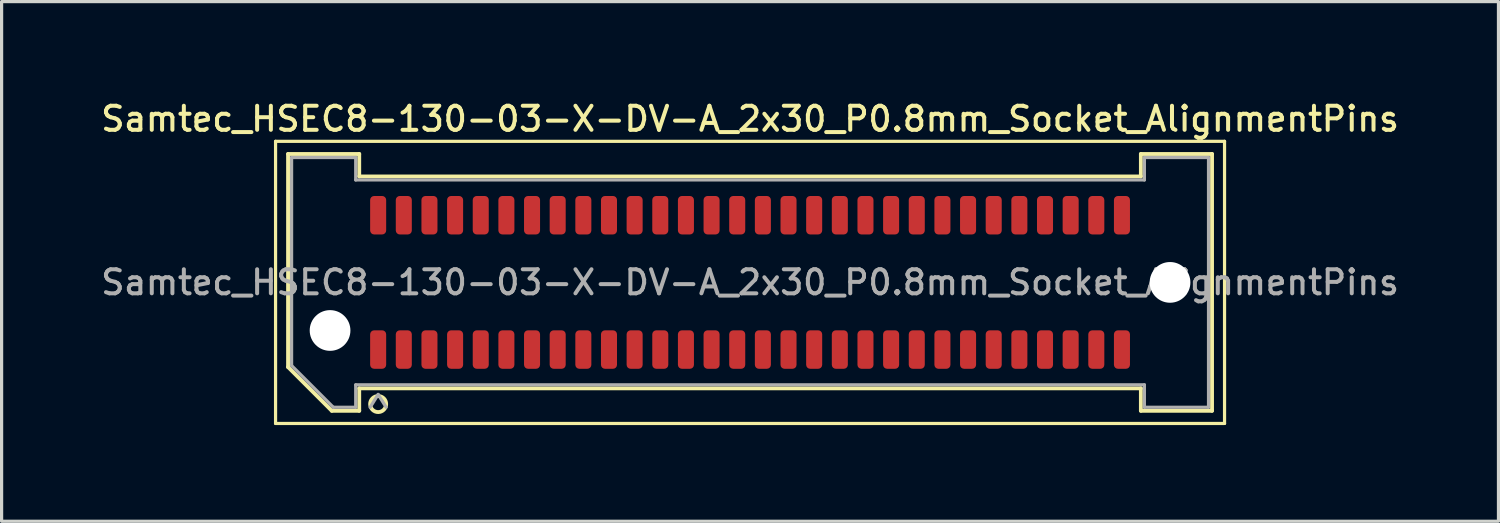
<source format=kicad_pcb>
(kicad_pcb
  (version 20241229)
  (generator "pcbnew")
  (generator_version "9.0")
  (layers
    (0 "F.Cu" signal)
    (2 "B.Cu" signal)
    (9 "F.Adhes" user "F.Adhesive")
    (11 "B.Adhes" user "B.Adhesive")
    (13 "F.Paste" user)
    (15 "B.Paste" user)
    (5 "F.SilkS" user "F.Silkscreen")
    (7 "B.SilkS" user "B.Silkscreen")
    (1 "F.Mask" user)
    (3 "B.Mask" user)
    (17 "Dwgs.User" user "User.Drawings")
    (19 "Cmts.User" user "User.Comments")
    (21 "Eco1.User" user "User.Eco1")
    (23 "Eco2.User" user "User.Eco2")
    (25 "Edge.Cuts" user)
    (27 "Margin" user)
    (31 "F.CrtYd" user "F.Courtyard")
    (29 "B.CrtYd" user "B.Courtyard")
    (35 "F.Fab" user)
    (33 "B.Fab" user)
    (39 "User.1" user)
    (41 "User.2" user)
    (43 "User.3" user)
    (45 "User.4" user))
  (footprint "Samtec_HSEC8-130-03-X-DV-A_2x30_P0.8mm_Socket_AlignmentPins"
    (layer "F.Cu")
    (at 20.345 5.758)
    (property "Reference" "Samtec_HSEC8-130-03-X-DV-A_2x30_P0.8mm_Socket_AlignmentPins" (at 0 -5.1 0) (layer "F.SilkS") (effects (font (size 0.75 0.75) (thickness 0.125))))
    (attr smd)
    (fp_line (start -14.8 -4.4) (end -14.8 4.4) (stroke (width 0.1) (type solid)) (layer "F.SilkS"))
    (fp_line (start -14.8 4.4) (end 14.8 4.4) (stroke (width 0.1) (type solid)) (layer "F.SilkS"))
    (fp_line (start -14.41 -4.005) (end -12.19 -4.005) (stroke (width 0.12) (type solid)) (layer "F.SilkS"))
    (fp_line (start -14.41 2.641) (end -14.41 -4.005) (stroke (width 0.12) (type solid)) (layer "F.SilkS"))
    (fp_line (start -13.046 4.005) (end -14.41 2.641) (stroke (width 0.12) (type solid)) (layer "F.SilkS"))
    (fp_line (start -12.19 -4.005) (end -12.19 -3.305) (stroke (width 0.12) (type solid)) (layer "F.SilkS"))
    (fp_line (start -12.19 -3.305) (end 12.19 -3.305) (stroke (width 0.12) (type solid)) (layer "F.SilkS"))
    (fp_line (start -12.19 3.305) (end -12.19 4.005) (stroke (width 0.12) (type solid)) (layer "F.SilkS"))
    (fp_line (start -12.19 4.005) (end -13.046 4.005) (stroke (width 0.12) (type solid)) (layer "F.SilkS"))
    (fp_line (start 12.19 -4.005) (end 14.41 -4.005) (stroke (width 0.12) (type solid)) (layer "F.SilkS"))
    (fp_line (start 12.19 -3.305) (end 12.19 -4.005) (stroke (width 0.12) (type solid)) (layer "F.SilkS"))
    (fp_line (start 12.19 3.305) (end -12.19 3.305) (stroke (width 0.12) (type solid)) (layer "F.SilkS"))
    (fp_line (start 12.19 4.005) (end 12.19 3.305) (stroke (width 0.12) (type solid)) (layer "F.SilkS"))
    (fp_line (start 14.41 -4.005) (end 14.41 4.005) (stroke (width 0.12) (type solid)) (layer "F.SilkS"))
    (fp_line (start 14.41 4.005) (end 12.19 4.005) (stroke (width 0.12) (type solid)) (layer "F.SilkS"))
    (fp_line (start 14.8 -4.4) (end -14.8 -4.4) (stroke (width 0.1) (type solid)) (layer "F.SilkS"))
    (fp_line (start 14.8 4.4) (end 14.8 -4.4) (stroke (width 0.1) (type solid)) (layer "F.SilkS"))
    (fp_arc (start -11.35 3.795) (mid -11.85 3.795) (end -11.35 3.795) (stroke (width 0.12) (type solid)) (layer "F.SilkS"))
    (fp_line (start -14.3 -3.895) (end -12.3 -3.895) (stroke (width 0.1) (type solid)) (layer "F.Fab"))
    (fp_line (start -14.3 2.595) (end -14.3 -3.895) (stroke (width 0.1) (type solid)) (layer "F.Fab"))
    (fp_line (start -13 3.895) (end -14.3 2.595) (stroke (width 0.1) (type solid)) (layer "F.Fab"))
    (fp_line (start -12.3 -3.895) (end -12.3 -3.195) (stroke (width 0.1) (type solid)) (layer "F.Fab"))
    (fp_line (start -12.3 -3.195) (end 12.3 -3.195) (stroke (width 0.1) (type solid)) (layer "F.Fab"))
    (fp_line (start -12.3 3.195) (end -12.3 3.895) (stroke (width 0.1) (type solid)) (layer "F.Fab"))
    (fp_line (start -12.3 3.895) (end -13 3.895) (stroke (width 0.1) (type solid)) (layer "F.Fab"))
    (fp_line (start -11.6 3.495) (end -11.85 3.895) (stroke (width 0.1) (type solid)) (layer "F.Fab"))
    (fp_line (start -11.6 3.495) (end -11.35 3.895) (stroke (width 0.1) (type solid)) (layer "F.Fab"))
    (fp_line (start 12.3 -3.895) (end 14.3 -3.895) (stroke (width 0.1) (type solid)) (layer "F.Fab"))
    (fp_line (start 12.3 -3.195) (end 12.3 -3.895) (stroke (width 0.1) (type solid)) (layer "F.Fab"))
    (fp_line (start 12.3 3.195) (end -12.3 3.195) (stroke (width 0.1) (type solid)) (layer "F.Fab"))
    (fp_line (start 12.3 3.895) (end 12.3 3.195) (stroke (width 0.1) (type solid)) (layer "F.Fab"))
    (fp_line (start 14.3 -3.895) (end 14.3 3.895) (stroke (width 0.1) (type solid)) (layer "F.Fab"))
    (fp_line (start 14.3 3.895) (end 12.3 3.895) (stroke (width 0.1) (type solid)) (layer "F.Fab"))
    (fp_text user "${REFERENCE}" (at 0 0 0) (layer "F.Fab") (effects (font (size 0.75 0.75) (thickness 0.125))))
    (pad "" np_thru_hole circle (at -13.1 1.5) (size 1.27 1.27) (drill 1.27) (layers "*.Cu" "*.Mask"))
    (pad "" np_thru_hole circle (at 13.1 0) (size 1.27 1.27) (drill 1.27) (layers "*.Cu" "*.Mask"))
    (pad "1" smd roundrect (at -11.6 2.095) (size 0.5 1.2) (layers "F.Cu" "F.Mask" "F.Paste") (roundrect_rratio 0.25))
    (pad "2" smd roundrect (at -11.6 -2.095) (size 0.5 1.2) (layers "F.Cu" "F.Mask" "F.Paste") (roundrect_rratio 0.25))
    (pad "3" smd roundrect (at -10.8 2.095) (size 0.5 1.2) (layers "F.Cu" "F.Mask" "F.Paste") (roundrect_rratio 0.25))
    (pad "4" smd roundrect (at -10.8 -2.095) (size 0.5 1.2) (layers "F.Cu" "F.Mask" "F.Paste") (roundrect_rratio 0.25))
    (pad "5" smd roundrect (at -10 2.095) (size 0.5 1.2) (layers "F.Cu" "F.Mask" "F.Paste") (roundrect_rratio 0.25))
    (pad "6" smd roundrect (at -10 -2.095) (size 0.5 1.2) (layers "F.Cu" "F.Mask" "F.Paste") (roundrect_rratio 0.25))
    (pad "7" smd roundrect (at -9.2 2.095) (size 0.5 1.2) (layers "F.Cu" "F.Mask" "F.Paste") (roundrect_rratio 0.25))
    (pad "8" smd roundrect (at -9.2 -2.095) (size 0.5 1.2) (layers "F.Cu" "F.Mask" "F.Paste") (roundrect_rratio 0.25))
    (pad "9" smd roundrect (at -8.4 2.095) (size 0.5 1.2) (layers "F.Cu" "F.Mask" "F.Paste") (roundrect_rratio 0.25))
    (pad "10" smd roundrect (at -8.4 -2.095) (size 0.5 1.2) (layers "F.Cu" "F.Mask" "F.Paste") (roundrect_rratio 0.25))
    (pad "11" smd roundrect (at -7.6 2.095) (size 0.5 1.2) (layers "F.Cu" "F.Mask" "F.Paste") (roundrect_rratio 0.25))
    (pad "12" smd roundrect (at -7.6 -2.095) (size 0.5 1.2) (layers "F.Cu" "F.Mask" "F.Paste") (roundrect_rratio 0.25))
    (pad "13" smd roundrect (at -6.8 2.095) (size 0.5 1.2) (layers "F.Cu" "F.Mask" "F.Paste") (roundrect_rratio 0.25))
    (pad "14" smd roundrect (at -6.8 -2.095) (size 0.5 1.2) (layers "F.Cu" "F.Mask" "F.Paste") (roundrect_rratio 0.25))
    (pad "15" smd roundrect (at -6 2.095) (size 0.5 1.2) (layers "F.Cu" "F.Mask" "F.Paste") (roundrect_rratio 0.25))
    (pad "16" smd roundrect (at -6 -2.095) (size 0.5 1.2) (layers "F.Cu" "F.Mask" "F.Paste") (roundrect_rratio 0.25))
    (pad "17" smd roundrect (at -5.2 2.095) (size 0.5 1.2) (layers "F.Cu" "F.Mask" "F.Paste") (roundrect_rratio 0.25))
    (pad "18" smd roundrect (at -5.2 -2.095) (size 0.5 1.2) (layers "F.Cu" "F.Mask" "F.Paste") (roundrect_rratio 0.25))
    (pad "19" smd roundrect (at -4.4 2.095) (size 0.5 1.2) (layers "F.Cu" "F.Mask" "F.Paste") (roundrect_rratio 0.25))
    (pad "20" smd roundrect (at -4.4 -2.095) (size 0.5 1.2) (layers "F.Cu" "F.Mask" "F.Paste") (roundrect_rratio 0.25))
    (pad "21" smd roundrect (at -3.6 2.095) (size 0.5 1.2) (layers "F.Cu" "F.Mask" "F.Paste") (roundrect_rratio 0.25))
    (pad "22" smd roundrect (at -3.6 -2.095) (size 0.5 1.2) (layers "F.Cu" "F.Mask" "F.Paste") (roundrect_rratio 0.25))
    (pad "23" smd roundrect (at -2.8 2.095) (size 0.5 1.2) (layers "F.Cu" "F.Mask" "F.Paste") (roundrect_rratio 0.25))
    (pad "24" smd roundrect (at -2.8 -2.095) (size 0.5 1.2) (layers "F.Cu" "F.Mask" "F.Paste") (roundrect_rratio 0.25))
    (pad "25" smd roundrect (at -2 2.095) (size 0.5 1.2) (layers "F.Cu" "F.Mask" "F.Paste") (roundrect_rratio 0.25))
    (pad "26" smd roundrect (at -2 -2.095) (size 0.5 1.2) (layers "F.Cu" "F.Mask" "F.Paste") (roundrect_rratio 0.25))
    (pad "27" smd roundrect (at -1.2 2.095) (size 0.5 1.2) (layers "F.Cu" "F.Mask" "F.Paste") (roundrect_rratio 0.25))
    (pad "28" smd roundrect (at -1.2 -2.095) (size 0.5 1.2) (layers "F.Cu" "F.Mask" "F.Paste") (roundrect_rratio 0.25))
    (pad "29" smd roundrect (at -0.4 2.095) (size 0.5 1.2) (layers "F.Cu" "F.Mask" "F.Paste") (roundrect_rratio 0.25))
    (pad "30" smd roundrect (at -0.4 -2.095) (size 0.5 1.2) (layers "F.Cu" "F.Mask" "F.Paste") (roundrect_rratio 0.25))
    (pad "31" smd roundrect (at 0.4 2.095) (size 0.5 1.2) (layers "F.Cu" "F.Mask" "F.Paste") (roundrect_rratio 0.25))
    (pad "32" smd roundrect (at 0.4 -2.095) (size 0.5 1.2) (layers "F.Cu" "F.Mask" "F.Paste") (roundrect_rratio 0.25))
    (pad "33" smd roundrect (at 1.2 2.095) (size 0.5 1.2) (layers "F.Cu" "F.Mask" "F.Paste") (roundrect_rratio 0.25))
    (pad "34" smd roundrect (at 1.2 -2.095) (size 0.5 1.2) (layers "F.Cu" "F.Mask" "F.Paste") (roundrect_rratio 0.25))
    (pad "35" smd roundrect (at 2 2.095) (size 0.5 1.2) (layers "F.Cu" "F.Mask" "F.Paste") (roundrect_rratio 0.25))
    (pad "36" smd roundrect (at 2 -2.095) (size 0.5 1.2) (layers "F.Cu" "F.Mask" "F.Paste") (roundrect_rratio 0.25))
    (pad "37" smd roundrect (at 2.8 2.095) (size 0.5 1.2) (layers "F.Cu" "F.Mask" "F.Paste") (roundrect_rratio 0.25))
    (pad "38" smd roundrect (at 2.8 -2.095) (size 0.5 1.2) (layers "F.Cu" "F.Mask" "F.Paste") (roundrect_rratio 0.25))
    (pad "39" smd roundrect (at 3.6 2.095) (size 0.5 1.2) (layers "F.Cu" "F.Mask" "F.Paste") (roundrect_rratio 0.25))
    (pad "40" smd roundrect (at 3.6 -2.095) (size 0.5 1.2) (layers "F.Cu" "F.Mask" "F.Paste") (roundrect_rratio 0.25))
    (pad "41" smd roundrect (at 4.4 2.095) (size 0.5 1.2) (layers "F.Cu" "F.Mask" "F.Paste") (roundrect_rratio 0.25))
    (pad "42" smd roundrect (at 4.4 -2.095) (size 0.5 1.2) (layers "F.Cu" "F.Mask" "F.Paste") (roundrect_rratio 0.25))
    (pad "43" smd roundrect (at 5.2 2.095) (size 0.5 1.2) (layers "F.Cu" "F.Mask" "F.Paste") (roundrect_rratio 0.25))
    (pad "44" smd roundrect (at 5.2 -2.095) (size 0.5 1.2) (layers "F.Cu" "F.Mask" "F.Paste") (roundrect_rratio 0.25))
    (pad "45" smd roundrect (at 6 2.095) (size 0.5 1.2) (layers "F.Cu" "F.Mask" "F.Paste") (roundrect_rratio 0.25))
    (pad "46" smd roundrect (at 6 -2.095) (size 0.5 1.2) (layers "F.Cu" "F.Mask" "F.Paste") (roundrect_rratio 0.25))
    (pad "47" smd roundrect (at 6.8 2.095) (size 0.5 1.2) (layers "F.Cu" "F.Mask" "F.Paste") (roundrect_rratio 0.25))
    (pad "48" smd roundrect (at 6.8 -2.095) (size 0.5 1.2) (layers "F.Cu" "F.Mask" "F.Paste") (roundrect_rratio 0.25))
    (pad "49" smd roundrect (at 7.6 2.095) (size 0.5 1.2) (layers "F.Cu" "F.Mask" "F.Paste") (roundrect_rratio 0.25))
    (pad "50" smd roundrect (at 7.6 -2.095) (size 0.5 1.2) (layers "F.Cu" "F.Mask" "F.Paste") (roundrect_rratio 0.25))
    (pad "51" smd roundrect (at 8.4 2.095) (size 0.5 1.2) (layers "F.Cu" "F.Mask" "F.Paste") (roundrect_rratio 0.25))
    (pad "52" smd roundrect (at 8.4 -2.095) (size 0.5 1.2) (layers "F.Cu" "F.Mask" "F.Paste") (roundrect_rratio 0.25))
    (pad "53" smd roundrect (at 9.2 2.095) (size 0.5 1.2) (layers "F.Cu" "F.Mask" "F.Paste") (roundrect_rratio 0.25))
    (pad "54" smd roundrect (at 9.2 -2.095) (size 0.5 1.2) (layers "F.Cu" "F.Mask" "F.Paste") (roundrect_rratio 0.25))
    (pad "55" smd roundrect (at 10 2.095) (size 0.5 1.2) (layers "F.Cu" "F.Mask" "F.Paste") (roundrect_rratio 0.25))
    (pad "56" smd roundrect (at 10 -2.095) (size 0.5 1.2) (layers "F.Cu" "F.Mask" "F.Paste") (roundrect_rratio 0.25))
    (pad "57" smd roundrect (at 10.8 2.095) (size 0.5 1.2) (layers "F.Cu" "F.Mask" "F.Paste") (roundrect_rratio 0.25))
    (pad "58" smd roundrect (at 10.8 -2.095) (size 0.5 1.2) (layers "F.Cu" "F.Mask" "F.Paste") (roundrect_rratio 0.25))
    (pad "59" smd roundrect (at 11.6 2.095) (size 0.5 1.2) (layers "F.Cu" "F.Mask" "F.Paste") (roundrect_rratio 0.25))
    (pad "60" smd roundrect (at 11.6 -2.095) (size 0.5 1.2) (layers "F.Cu" "F.Mask" "F.Paste") (roundrect_rratio 0.25)))
  (gr_rect
    (start -3 -3)
    (end 43.689 13.208)
    (stroke (width 0.1) (type default))
    (fill no)
    (layer "Edge.Cuts")))
</source>
